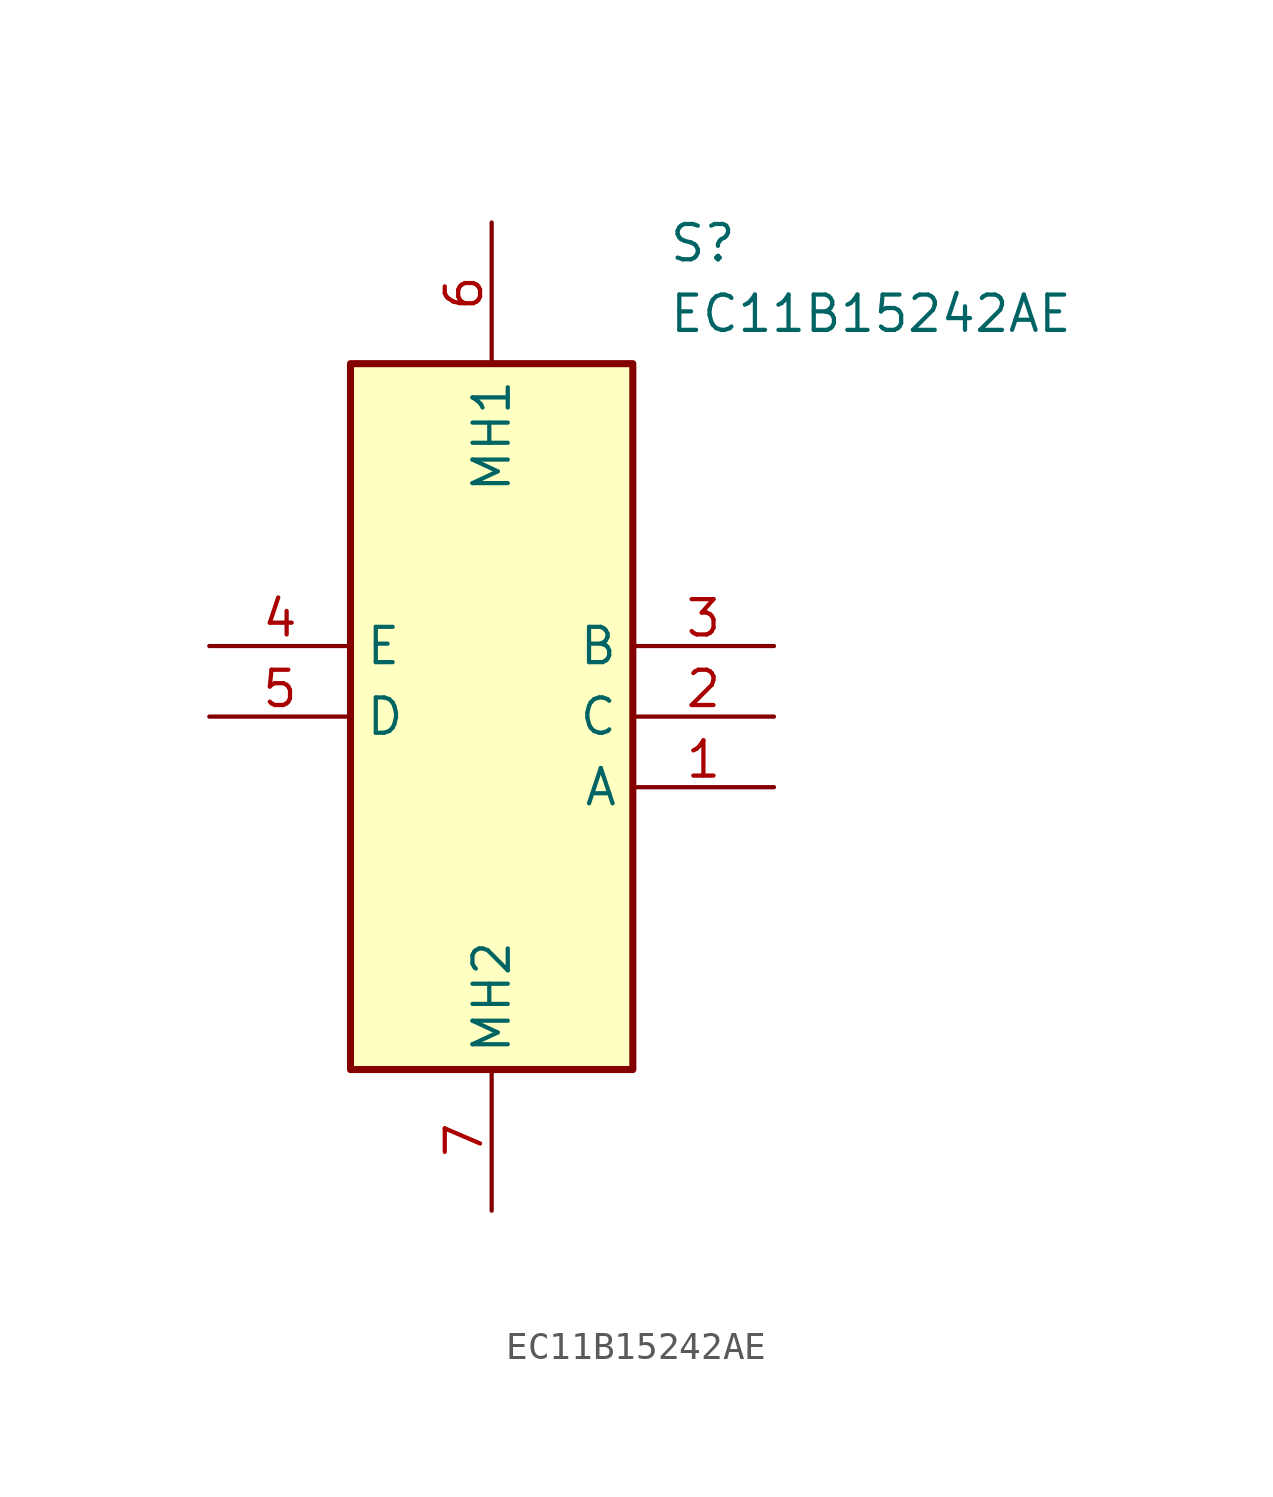
<source format=kicad_sym>
(kicad_symbol_lib
  (version 20211014)
  (generator SamacSys_ECAD_Model)
  (symbol "EC11B15242AE"
    (property "Reference" "S"
      (at 16.51 15.24 0)
      (effects (font (size 1.27 1.27)) (justify left top)))
    (property "Value" "EC11B15242AE"
      (at 16.51 12.7 0)
      (effects (font (size 1.27 1.27)) (justify left top)))
    (rectangle
      (start 5.08 10.16)
      (end 15.24 -15.24)
      (stroke (width 0.254) (type default))
      (fill (type background)))
    (pin passive line
      (at 20.32 -5.08 180)
      (length 5.08)
      (name "A" (effects (font (size 1.27 1.27))))
      (number "1" (effects (font (size 1.27 1.27)))))
    (pin passive line
      (at 20.32 -2.54 180)
      (length 5.08)
      (name "C" (effects (font (size 1.27 1.27))))
      (number "2" (effects (font (size 1.27 1.27)))))
    (pin passive line
      (at 20.32 0 180)
      (length 5.08)
      (name "B" (effects (font (size 1.27 1.27))))
      (number "3" (effects (font (size 1.27 1.27)))))
    (pin passive line
      (at 0 0 0)
      (length 5.08)
      (name "E" (effects (font (size 1.27 1.27))))
      (number "4" (effects (font (size 1.27 1.27)))))
    (pin passive line
      (at 0 -2.54 0)
      (length 5.08)
      (name "D" (effects (font (size 1.27 1.27))))
      (number "5" (effects (font (size 1.27 1.27)))))
    (pin passive line
      (at 10.16 15.24 270)
      (length 5.08)
      (name "MH1" (effects (font (size 1.27 1.27))))
      (number "6" (effects (font (size 1.27 1.27)))))
    (pin passive line
      (at 10.16 -20.32 90)
      (length 5.08)
      (name "MH2" (effects (font (size 1.27 1.27))))
      (number "7" (effects (font (size 1.27 1.27)))))))
</source>
